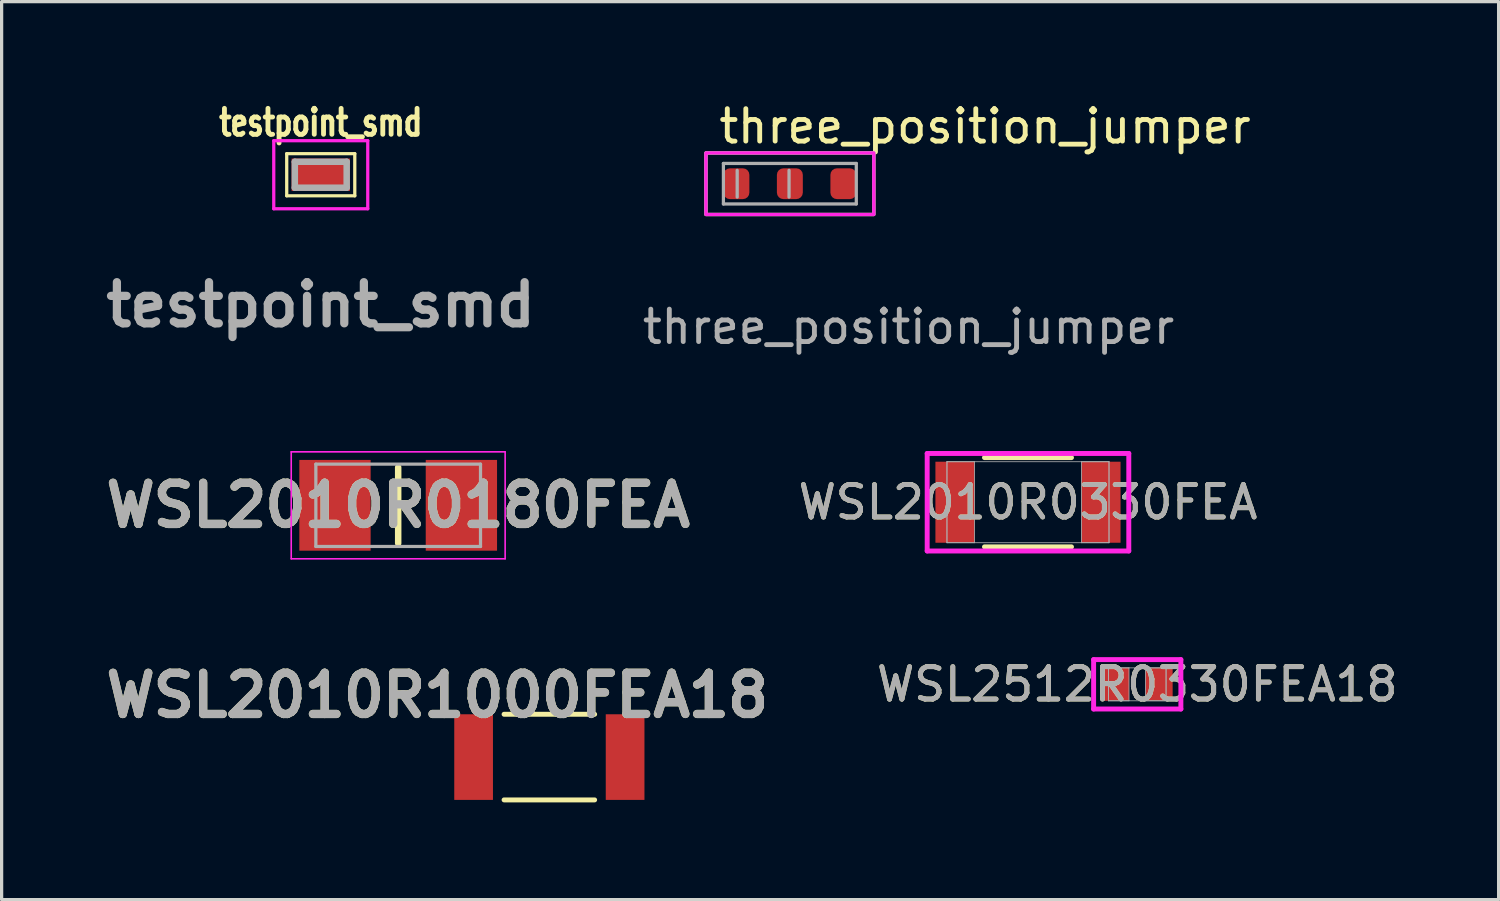
<source format=kicad_pcb>
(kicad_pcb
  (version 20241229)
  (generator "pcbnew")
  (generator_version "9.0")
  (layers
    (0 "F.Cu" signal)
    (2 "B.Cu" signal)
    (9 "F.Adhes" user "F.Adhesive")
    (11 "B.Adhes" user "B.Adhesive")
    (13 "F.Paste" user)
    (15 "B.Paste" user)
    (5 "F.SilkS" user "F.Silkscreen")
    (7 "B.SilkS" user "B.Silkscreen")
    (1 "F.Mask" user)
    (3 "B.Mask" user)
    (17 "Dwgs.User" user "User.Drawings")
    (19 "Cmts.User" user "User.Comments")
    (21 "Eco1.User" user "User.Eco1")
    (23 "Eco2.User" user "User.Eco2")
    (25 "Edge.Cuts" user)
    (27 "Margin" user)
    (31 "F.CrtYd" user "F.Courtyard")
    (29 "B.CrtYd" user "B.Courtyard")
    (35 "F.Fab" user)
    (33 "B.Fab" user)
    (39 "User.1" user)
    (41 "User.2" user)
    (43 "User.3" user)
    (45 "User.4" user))
  (footprint "WSL2512R0330FEA18"
    (layer "F.Cu")
    (at 32.037 18.063)
    (property "Reference" "WSL2512R0330FEA18" (at 0 0 0) (unlocked yes) (layer "F.SilkS") (effects (font (size 1 1) (thickness 0.15))))
    (attr smd)
    (fp_line (start -1.346 -0.762) (end 1.346 -0.762) (stroke (width 0.152) (type solid)) (layer "F.CrtYd"))
    (fp_line (start -1.346 0.762) (end -1.346 -0.762) (stroke (width 0.152) (type solid)) (layer "F.CrtYd"))
    (fp_line (start 1.346 -0.762) (end 1.346 0.762) (stroke (width 0.152) (type solid)) (layer "F.CrtYd"))
    (fp_line (start 1.346 0.762) (end -1.346 0.762) (stroke (width 0.152) (type solid)) (layer "F.CrtYd"))
    (fp_line (start -0.889 -0.508) (end -0.889 0.508) (stroke (width 0.025) (type solid)) (layer "F.Fab"))
    (fp_line (start -0.889 -0.508) (end -0.889 0.508) (stroke (width 0.025) (type solid)) (layer "F.Fab"))
    (fp_line (start -0.889 0.508) (end -0.254 0.508) (stroke (width 0.025) (type solid)) (layer "F.Fab"))
    (fp_line (start -0.889 0.508) (end 0.889 0.508) (stroke (width 0.025) (type solid)) (layer "F.Fab"))
    (fp_line (start -0.254 -0.508) (end -0.889 -0.508) (stroke (width 0.025) (type solid)) (layer "F.Fab"))
    (fp_line (start -0.254 0.508) (end -0.254 -0.508) (stroke (width 0.025) (type solid)) (layer "F.Fab"))
    (fp_line (start 0.254 -0.508) (end 0.254 0.508) (stroke (width 0.025) (type solid)) (layer "F.Fab"))
    (fp_line (start 0.254 0.508) (end 0.889 0.508) (stroke (width 0.025) (type solid)) (layer "F.Fab"))
    (fp_line (start 0.889 -0.508) (end -0.889 -0.508) (stroke (width 0.025) (type solid)) (layer "F.Fab"))
    (fp_line (start 0.889 -0.508) (end 0.254 -0.508) (stroke (width 0.025) (type solid)) (layer "F.Fab"))
    (fp_line (start 0.889 0.508) (end 0.889 -0.508) (stroke (width 0.025) (type solid)) (layer "F.Fab"))
    (fp_line (start 0.889 0.508) (end 0.889 -0.508) (stroke (width 0.025) (type solid)) (layer "F.Fab"))
    (fp_text user "${REFERENCE}" (at 0 0 0) (unlocked yes) (layer "F.Fab") (effects (font (size 1 1) (thickness 0.15))))
    (pad "1" smd rect (at -0.673 0) (size 0.838 1.016) (layers "F.Cu" "F.Mask" "F.Paste"))
    (pad "2" smd rect (at 0.673 0) (size 0.838 1.016) (layers "F.Cu" "F.Mask" "F.Paste"))
    (zone (net_name "") (layer "F.Cu") (hatch full 0.508) (connect_pads) (min_thickness 0.254) (filled_areas_thickness no) (keepout (tracks not_allowed) (vias not_allowed) (pads allowed) (copperpour not_allowed) (footprints allowed)) (placement (enabled no)) (fill) (polygon (pts (xy 31.834 17.606) (xy 32.24 17.606) (xy 32.24 18.52) (xy 31.834 18.52)))))
  (footprint "WSL2010R1000FEA18"
    (layer "F.Cu")
    (at 13.899 20.308)
    (property "Reference" "WSL2010R1000FEA18" (at -3.454 -1.905 0) (layer "F.SilkS") (effects (font (size 1.27 1.27) (thickness 0.254))))
    (attr smd)
    (fp_line (start -1.397 1.321) (end 1.397 1.321) (stroke (width 0.152) (type solid)) (layer "F.SilkS"))
    (fp_line (start 1.397 -1.321) (end -1.397 -1.321) (stroke (width 0.152) (type solid)) (layer "F.SilkS"))
    (fp_text user "${REFERENCE}" (at -3.454 -1.905 0) (layer "F.Fab") (effects (font (size 1.27 1.27) (thickness 0.254))))
    (pad "1" smd rect (at -2.337 0) (size 1.194 2.642) (layers "F.Cu" "F.Mask" "F.Paste"))
    (pad "2" smd rect (at 2.337 0) (size 1.194 2.642) (layers "F.Cu" "F.Mask" "F.Paste")))
  (footprint "WSL2010R0330FEA"
    (layer "F.Cu")
    (at 28.666 12.445)
    (property "Reference" "WSL2010R0330FEA" (at 0 0 0) (unlocked yes) (layer "F.SilkS") (effects (font (size 1 1) (thickness 0.15))))
    (attr smd)
    (fp_line (start -1.342 1.377) (end 1.342 1.377) (stroke (width 0.152) (type solid)) (layer "F.SilkS"))
    (fp_line (start 1.342 -1.377) (end -1.342 -1.377) (stroke (width 0.152) (type solid)) (layer "F.SilkS"))
    (fp_line (start -3.11 -1.504) (end 3.11 -1.504) (stroke (width 0.152) (type solid)) (layer "F.CrtYd"))
    (fp_line (start -3.11 1.504) (end -3.11 -1.504) (stroke (width 0.152) (type solid)) (layer "F.CrtYd"))
    (fp_line (start 3.11 -1.504) (end 3.11 1.504) (stroke (width 0.152) (type solid)) (layer "F.CrtYd"))
    (fp_line (start 3.11 1.504) (end -3.11 1.504) (stroke (width 0.152) (type solid)) (layer "F.CrtYd"))
    (fp_line (start -2.5 -1.25) (end -2.5 1.25) (stroke (width 0.025) (type solid)) (layer "F.Fab"))
    (fp_line (start -2.5 -1.25) (end -2.5 1.25) (stroke (width 0.025) (type solid)) (layer "F.Fab"))
    (fp_line (start -2.5 1.25) (end -1.65 1.25) (stroke (width 0.025) (type solid)) (layer "F.Fab"))
    (fp_line (start -2.5 1.25) (end 2.5 1.25) (stroke (width 0.025) (type solid)) (layer "F.Fab"))
    (fp_line (start -1.65 -1.25) (end -2.5 -1.25) (stroke (width 0.025) (type solid)) (layer "F.Fab"))
    (fp_line (start -1.65 1.25) (end -1.65 -1.25) (stroke (width 0.025) (type solid)) (layer "F.Fab"))
    (fp_line (start 1.65 -1.25) (end 1.65 1.25) (stroke (width 0.025) (type solid)) (layer "F.Fab"))
    (fp_line (start 1.65 1.25) (end 2.5 1.25) (stroke (width 0.025) (type solid)) (layer "F.Fab"))
    (fp_line (start 2.5 -1.25) (end -2.5 -1.25) (stroke (width 0.025) (type solid)) (layer "F.Fab"))
    (fp_line (start 2.5 -1.25) (end 1.65 -1.25) (stroke (width 0.025) (type solid)) (layer "F.Fab"))
    (fp_line (start 2.5 1.25) (end 2.5 -1.25) (stroke (width 0.025) (type solid)) (layer "F.Fab"))
    (fp_line (start 2.5 1.25) (end 2.5 -1.25) (stroke (width 0.025) (type solid)) (layer "F.Fab"))
    (fp_text user "${REFERENCE}" (at 0 0 0) (unlocked yes) (layer "F.Fab") (effects (font (size 1 1) (thickness 0.15))))
    (pad "1" smd rect (at -2.253 0) (size 1.206 2.5) (layers "F.Cu" "F.Mask" "F.Paste"))
    (pad "2" smd rect (at 2.253 0) (size 1.206 2.5) (layers "F.Cu" "F.Mask" "F.Paste"))
    (zone (net_name "") (layer "F.Cu") (hatch full 0.508) (connect_pads) (min_thickness 0.254) (filled_areas_thickness no) (keepout (tracks not_allowed) (vias not_allowed) (pads allowed) (copperpour not_allowed) (footprints allowed)) (placement (enabled no)) (fill) (polygon (pts (xy 27.067 11.246) (xy 30.265 11.246) (xy 30.265 13.644) (xy 27.067 13.644)))))
  (footprint "testpoint_smd"
    (layer "F.Cu")
    (at 6.846 2.341)
    (property "Reference" "testpoint_smd" (at 0 -1.61 0) (layer "F.SilkS") (effects (font (size 0.8 0.6) (thickness 0.15) (bold yes))))
    (attr smd)
    (fp_line (start -1.05 -0.65) (end 1.05 -0.65) (stroke (width 0.1) (type solid)) (layer "F.SilkS"))
    (fp_line (start -1.05 0.65) (end -1.05 -0.65) (stroke (width 0.1) (type solid)) (layer "F.SilkS"))
    (fp_line (start 1.05 -0.65) (end 1.05 0.65) (stroke (width 0.1) (type solid)) (layer "F.SilkS"))
    (fp_line (start 1.05 0.65) (end -1.05 0.65) (stroke (width 0.1) (type solid)) (layer "F.SilkS"))
    (fp_line (start -1.45 -1.05) (end 1.45 -1.05) (stroke (width 0.1) (type solid)) (layer "F.CrtYd"))
    (fp_line (start -1.45 1.05) (end -1.45 -1.05) (stroke (width 0.1) (type solid)) (layer "F.CrtYd"))
    (fp_line (start 1.45 -1.05) (end 1.45 1.05) (stroke (width 0.1) (type solid)) (layer "F.CrtYd"))
    (fp_line (start 1.45 1.05) (end -1.45 1.05) (stroke (width 0.1) (type solid)) (layer "F.CrtYd"))
    (fp_line (start -0.8 -0.4) (end 0.8 -0.4) (stroke (width 0.2) (type solid)) (layer "F.Fab"))
    (fp_line (start -0.8 0.4) (end -0.8 -0.4) (stroke (width 0.2) (type solid)) (layer "F.Fab"))
    (fp_line (start 0.8 -0.4) (end 0.8 0.4) (stroke (width 0.2) (type solid)) (layer "F.Fab"))
    (fp_line (start 0.8 0.4) (end -0.8 0.4) (stroke (width 0.2) (type solid)) (layer "F.Fab"))
    (fp_text user "${REFERENCE}" (at 0 4.01 0) (layer "F.Fab") (effects (font (size 1.27 1.27) (thickness 0.254))))
    (pad "1" smd rect (at 0 0 90) (size 1 1.8) (layers "F.Cu" "F.Mask" "F.Paste")))
  (footprint "three_position_jumper"
    (layer "F.Cu")
    (at 21.172 2.778)
    (property "Reference" "three_position_jumper" (at -2.12 -1.93 0) (layer "F.SilkS") (effects (font (size 1 1) (thickness 0.15)) (justify left)))
    (attr smd)
    (fp_rect (start -2.442 -1.11) (end 2.737 0.79) (stroke (width 0.1) (type default)) (fill no) (layer "F.SilkS"))
    (fp_rect (start -2.442 -1.11) (end 2.737 0.79) (stroke (width 0.1) (type default)) (fill no) (layer "F.CrtYd"))
    (fp_line (start -1.903 -0.785) (end 2.197 -0.785) (stroke (width 0.1) (type solid)) (layer "F.Fab"))
    (fp_line (start -1.903 0.465) (end -1.903 -0.785) (stroke (width 0.1) (type solid)) (layer "F.Fab"))
    (fp_line (start -1.903 0.465) (end 2.197 0.465) (stroke (width 0.1) (type solid)) (layer "F.Fab"))
    (fp_line (start -1.478 0.253) (end -1.478 -0.573) (stroke (width 0.1) (type solid)) (layer "F.Fab"))
    (fp_line (start 0.122 -0.573) (end 0.122 0.253) (stroke (width 0.1) (type solid)) (layer "F.Fab"))
    (fp_line (start 2.197 -0.785) (end 2.197 0.465) (stroke (width 0.1) (type solid)) (layer "F.Fab"))
    (fp_rect (start -2.442 -1.11) (end 2.737 0.79) (stroke (width 0.1) (type default)) (fill no) (layer "F.Fab"))
    (fp_text user "${REFERENCE}" (at -4.48 4.84 0) (unlocked yes) (layer "F.Fab") (effects (font (size 1 1) (thickness 0.15)) (justify left bottom)))
    (pad "1" smd roundrect (at -1.502 -0.16) (size 0.8 0.95) (layers "F.Cu" "F.Mask" "F.Paste") (roundrect_rratio 0.25))
    (pad "2" smd roundrect (at 0.147 -0.16) (size 0.8 0.95) (layers "F.Cu" "F.Mask" "F.Paste") (roundrect_rratio 0.25))
    (pad "3" smd roundrect (at 1.798 -0.16) (size 0.8 0.95) (layers "F.Cu" "F.Mask" "F.Paste") (roundrect_rratio 0.25)))
  (footprint "WSL2010R0180FEA"
    (layer "F.Cu")
    (at 9.235 12.54)
    (property "Reference" "WSL2010R0180FEA" (at 0 0 0) (layer "F.SilkS") (effects (font (size 1.27 1.27) (thickness 0.254))))
    (attr smd)
    (fp_line (start 0 -1.17) (end 0 1.17) (stroke (width 0.2) (type solid)) (layer "F.SilkS"))
    (fp_line (start -3.3 -1.65) (end 3.3 -1.65) (stroke (width 0.05) (type solid)) (layer "F.CrtYd"))
    (fp_line (start -3.3 1.65) (end -3.3 -1.65) (stroke (width 0.05) (type solid)) (layer "F.CrtYd"))
    (fp_line (start 3.3 -1.65) (end 3.3 1.65) (stroke (width 0.05) (type solid)) (layer "F.CrtYd"))
    (fp_line (start 3.3 1.65) (end -3.3 1.65) (stroke (width 0.05) (type solid)) (layer "F.CrtYd"))
    (fp_line (start -2.54 -1.27) (end 2.54 -1.27) (stroke (width 0.1) (type solid)) (layer "F.Fab"))
    (fp_line (start -2.54 1.27) (end -2.54 -1.27) (stroke (width 0.1) (type solid)) (layer "F.Fab"))
    (fp_line (start 2.54 -1.27) (end 2.54 1.27) (stroke (width 0.1) (type solid)) (layer "F.Fab"))
    (fp_line (start 2.54 1.27) (end -2.54 1.27) (stroke (width 0.1) (type solid)) (layer "F.Fab"))
    (fp_text user "${REFERENCE}" (at 0 0 0) (layer "F.Fab") (effects (font (size 1.27 1.27) (thickness 0.254))))
    (pad "1" smd rect (at -1.95 0) (size 2.2 2.8) (layers "F.Cu" "F.Mask" "F.Paste"))
    (pad "2" smd rect (at 1.95 0) (size 2.2 2.8) (layers "F.Cu" "F.Mask" "F.Paste")))
  (gr_rect
    (start -3 -3)
    (end 43.186 24.705)
    (stroke (width 0.1) (type default))
    (fill no)
    (layer "Edge.Cuts")))
</source>
